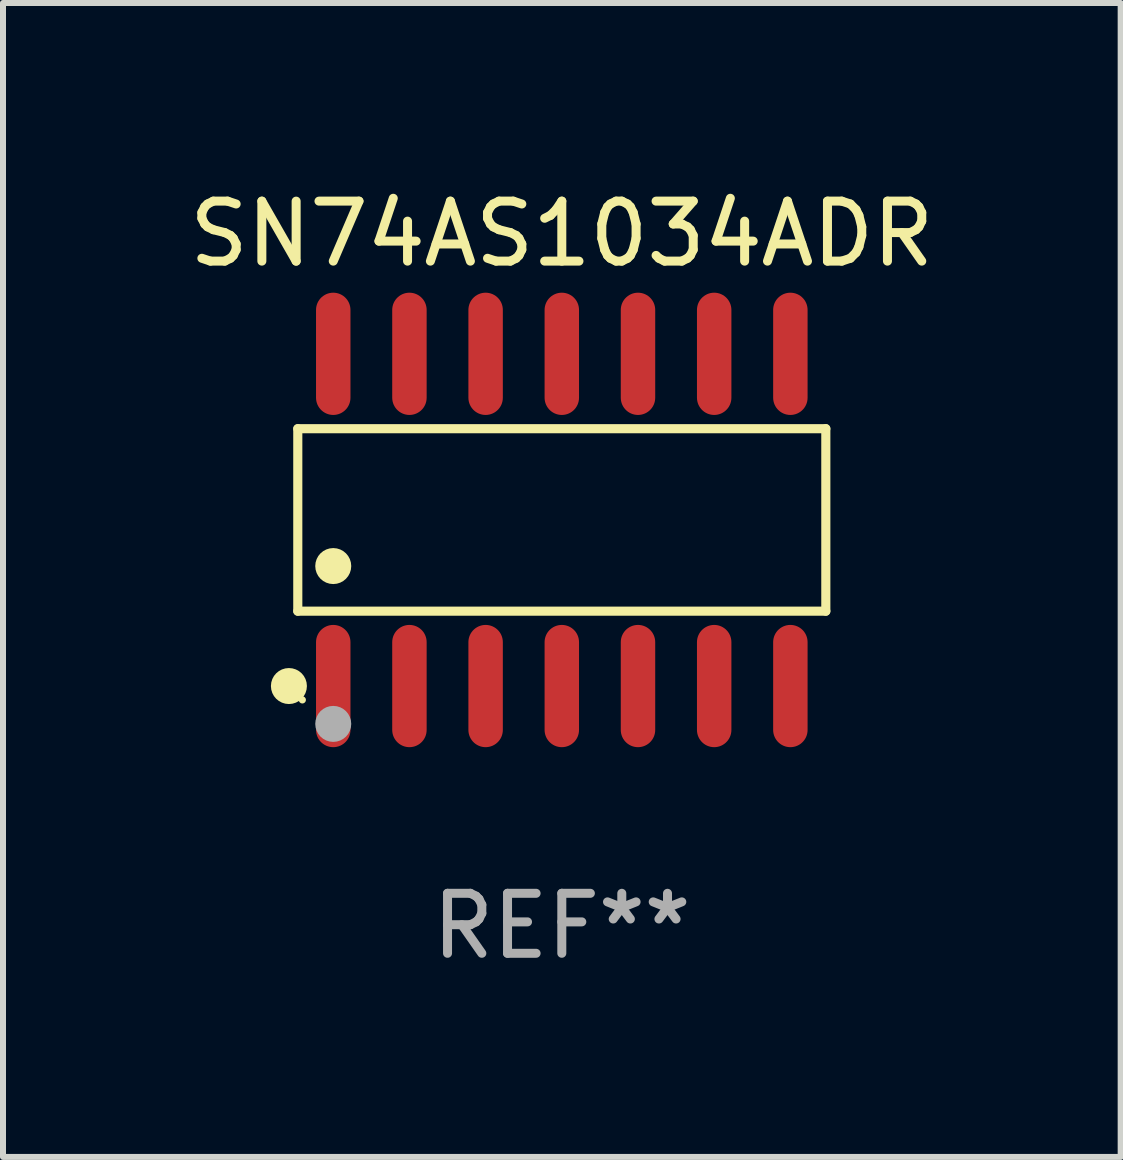
<source format=kicad_pcb>
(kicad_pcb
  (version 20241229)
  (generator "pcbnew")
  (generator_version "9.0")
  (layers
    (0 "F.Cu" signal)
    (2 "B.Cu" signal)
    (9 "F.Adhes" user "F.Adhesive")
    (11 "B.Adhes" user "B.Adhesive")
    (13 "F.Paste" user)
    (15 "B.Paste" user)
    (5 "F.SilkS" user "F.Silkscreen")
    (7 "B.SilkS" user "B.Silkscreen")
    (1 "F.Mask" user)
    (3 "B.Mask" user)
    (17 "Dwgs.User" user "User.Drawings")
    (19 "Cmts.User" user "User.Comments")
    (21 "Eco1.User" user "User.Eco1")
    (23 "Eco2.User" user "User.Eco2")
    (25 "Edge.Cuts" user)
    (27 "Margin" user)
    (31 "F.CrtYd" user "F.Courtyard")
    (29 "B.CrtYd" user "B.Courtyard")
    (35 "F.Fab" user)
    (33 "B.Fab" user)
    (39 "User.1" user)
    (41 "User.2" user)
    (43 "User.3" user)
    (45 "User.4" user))
  (footprint "SN74AS1034ADR"
    (layer "F.Cu")
    (at 6.315 5.617)
    (property "Reference" "SN74AS1034ADR" (at 0 -4.769 0) (layer "F.SilkS") (effects (font (size 1 1) (thickness 0.15))))
    (attr through_hole)
    (fp_line (start -4.401 -1.521) (end 4.401 -1.521) (stroke (width 0.152) (type solid)) (layer "F.SilkS"))
    (fp_line (start -4.401 1.521) (end -4.401 -1.521) (stroke (width 0.152) (type solid)) (layer "F.SilkS"))
    (fp_line (start 4.401 -1.521) (end 4.401 1.521) (stroke (width 0.152) (type solid)) (layer "F.SilkS"))
    (fp_line (start 4.401 1.521) (end -4.401 1.521) (stroke (width 0.152) (type solid)) (layer "F.SilkS"))
    (fp_circle (center -4.549 2.769) (end -4.399 2.769) (stroke (width 0.3) (type solid)) (fill no) (layer "F.SilkS"))
    (fp_circle (center -4.325 3) (end -4.295 3) (stroke (width 0.06) (type solid)) (fill no) (layer "F.SilkS"))
    (fp_circle (center -3.81 0.769) (end -3.66 0.769) (stroke (width 0.3) (type solid)) (fill no) (layer "F.SilkS"))
    (fp_circle (center -3.81 3.4) (end -3.66 3.4) (stroke (width 0.3) (type solid)) (fill no) (layer "F.Fab"))
    (fp_text user "REF**" (at 0 6.769 0) (layer "F.Fab") (effects (font (size 1 1) (thickness 0.15))))
    (pad "1" smd oval (at -3.81 2.769) (size 0.574 2.038) (layers "F.Cu" "F.Mask" "F.Paste"))
    (pad "2" smd oval (at -2.54 2.769) (size 0.574 2.038) (layers "F.Cu" "F.Mask" "F.Paste"))
    (pad "3" smd oval (at -1.27 2.769) (size 0.574 2.038) (layers "F.Cu" "F.Mask" "F.Paste"))
    (pad "4" smd oval (at 0 2.769) (size 0.574 2.038) (layers "F.Cu" "F.Mask" "F.Paste"))
    (pad "5" smd oval (at 1.27 2.769) (size 0.574 2.038) (layers "F.Cu" "F.Mask" "F.Paste"))
    (pad "6" smd oval (at 2.54 2.769) (size 0.574 2.038) (layers "F.Cu" "F.Mask" "F.Paste"))
    (pad "7" smd oval (at 3.81 2.769) (size 0.574 2.038) (layers "F.Cu" "F.Mask" "F.Paste"))
    (pad "8" smd oval (at 3.81 -2.769) (size 0.574 2.038) (layers "F.Cu" "F.Mask" "F.Paste"))
    (pad "9" smd oval (at 2.54 -2.769) (size 0.574 2.038) (layers "F.Cu" "F.Mask" "F.Paste"))
    (pad "10" smd oval (at 1.27 -2.769) (size 0.574 2.038) (layers "F.Cu" "F.Mask" "F.Paste"))
    (pad "11" smd oval (at 0 -2.769) (size 0.574 2.038) (layers "F.Cu" "F.Mask" "F.Paste"))
    (pad "12" smd oval (at -1.27 -2.769) (size 0.574 2.038) (layers "F.Cu" "F.Mask" "F.Paste"))
    (pad "13" smd oval (at -2.54 -2.769) (size 0.574 2.038) (layers "F.Cu" "F.Mask" "F.Paste"))
    (pad "14" smd oval (at -3.81 -2.769) (size 0.574 2.038) (layers "F.Cu" "F.Mask" "F.Paste")))
  (gr_rect
    (start -3 -3)
    (end 15.631 16.235)
    (stroke (width 0.1) (type default))
    (fill no)
    (layer "Edge.Cuts")))
</source>
